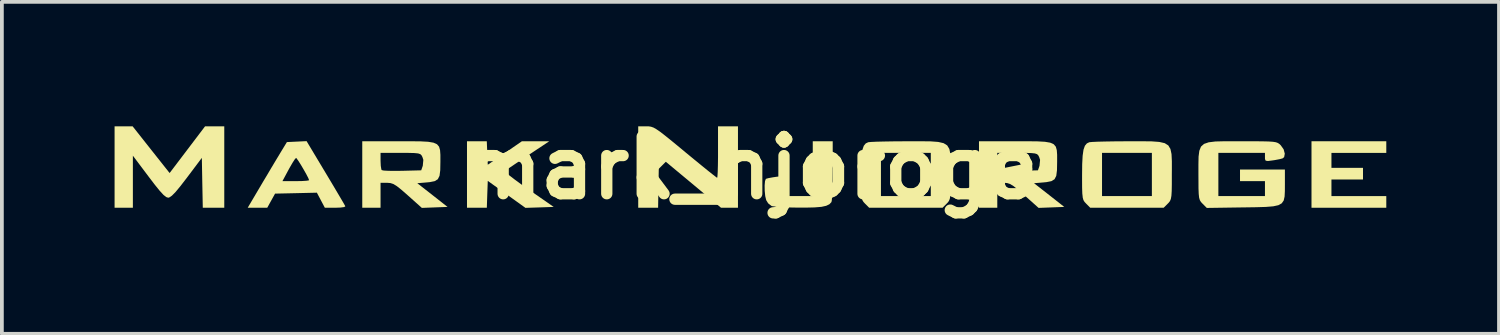
<source format=kicad_pcb>
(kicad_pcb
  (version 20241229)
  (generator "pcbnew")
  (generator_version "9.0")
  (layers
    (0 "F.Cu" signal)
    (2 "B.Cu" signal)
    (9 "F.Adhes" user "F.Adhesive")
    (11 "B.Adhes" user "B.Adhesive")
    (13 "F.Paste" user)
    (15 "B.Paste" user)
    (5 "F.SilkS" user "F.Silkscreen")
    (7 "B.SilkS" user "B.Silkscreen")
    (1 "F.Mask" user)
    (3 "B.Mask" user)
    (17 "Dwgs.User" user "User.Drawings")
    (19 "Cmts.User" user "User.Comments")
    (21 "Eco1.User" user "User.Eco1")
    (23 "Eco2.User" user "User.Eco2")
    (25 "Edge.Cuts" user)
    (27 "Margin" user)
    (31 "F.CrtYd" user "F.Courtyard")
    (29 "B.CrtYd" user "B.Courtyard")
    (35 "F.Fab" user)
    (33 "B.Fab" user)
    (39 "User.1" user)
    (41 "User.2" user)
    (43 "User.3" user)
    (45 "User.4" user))
  (footprint "mark_njoroge"
    (layer "F.Cu")
    (at 16.948 1.418)
    (property "Reference" "mark_njoroge" (at 0 0 0) (layer "F.SilkS") (effects (font (size 1.524 1.524) (thickness 0.3))))
    (attr board_only exclude_from_pos_files exclude_from_bom)
    (fp_poly (pts (xy 16.904 -0.398) (xy 15.444 -0.398) (xy 15.444 0) (xy 16.284 0) (xy 16.284 0.31) (xy 15.444 0.31) (xy 15.444 0.752) (xy 16.904 0.752) (xy 16.904 1.062) (xy 14.913 1.062) (xy 14.913 -0.708) (xy 16.904 -0.708)) (stroke (width 0) (type solid)) (fill yes) (layer "F.SilkS"))
    (fp_poly (pts (xy -15.976 -0.484) (xy -15.483 0.138) (xy -15.011 -0.484) (xy -14.539 -1.106) (xy -14.028 -1.106) (xy -14.028 1.062) (xy -14.6 1.062) (xy -14.613 0.398) (xy -14.625 -0.266) (xy -15.023 0.263) (xy -15.195 0.486) (xy -15.325 0.643) (xy -15.421 0.74) (xy -15.49 0.787) (xy -15.52 0.795) (xy -15.573 0.778) (xy -15.645 0.721) (xy -15.743 0.615) (xy -15.876 0.451) (xy -16.04 0.236) (xy -16.461 -0.324) (xy -16.461 1.062) (xy -16.948 1.062) (xy -16.948 -1.106) (xy -16.468 -1.106)) (stroke (width 0) (type solid)) (fill yes) (layer "F.SilkS"))
    (fp_poly (pts (xy -7.027 -0.395) (xy -7.014 -0.083) (xy -6.559 -0.395) (xy -6.105 -0.708) (xy -5.377 -0.708) (xy -5.952 -0.326) (xy -6.152 -0.193) (xy -6.326 -0.076) (xy -6.461 0.015) (xy -6.542 0.072) (xy -6.56 0.085) (xy -6.536 0.118) (xy -6.45 0.193) (xy -6.312 0.3) (xy -6.132 0.432) (xy -5.926 0.577) (xy -5.259 1.04) (xy -5.635 1.053) (xy -6.011 1.065) (xy -6.512 0.706) (xy -7.014 0.347) (xy -7.027 0.705) (xy -7.039 1.062) (xy -7.567 1.062) (xy -7.567 -0.708) (xy -7.04 -0.708)) (stroke (width 0) (type solid)) (fill yes) (layer "F.SilkS"))
    (fp_poly (pts (xy -2.73 -1.105) (xy -2.668 -1.095) (xy -2.602 -1.072) (xy -2.523 -1.027) (xy -2.419 -0.955) (xy -2.281 -0.848) (xy -2.099 -0.701) (xy -1.862 -0.506) (xy -1.759 -0.42) (xy -1.528 -0.23) (xy -1.32 -0.06) (xy -1.145 0.082) (xy -1.011 0.188) (xy -0.929 0.251) (xy -0.908 0.266) (xy -0.9 0.224) (xy -0.893 0.109) (xy -0.888 -0.065) (xy -0.885 -0.282) (xy -0.885 -0.42) (xy -0.885 -1.106) (xy -0.354 -1.106) (xy -0.354 1.062) (xy -0.805 1.062) (xy -1.63 0.374) (xy -2.456 -0.313) (xy -2.468 0.374) (xy -2.48 1.062) (xy -3.009 1.062) (xy -3.009 -1.106) (xy -2.798 -1.106)) (stroke (width 0) (type solid)) (fill yes) (layer "F.SilkS"))
    (fp_poly (pts (xy 2.168 0.077) (xy 2.166 0.334) (xy 2.161 0.562) (xy 2.153 0.744) (xy 2.144 0.866) (xy 2.134 0.912) (xy 2.08 0.969) (xy 1.995 1.01) (xy 1.868 1.038) (xy 1.686 1.053) (xy 1.435 1.059) (xy 1.275 1.059) (xy 1.039 1.055) (xy 0.828 1.047) (xy 0.662 1.035) (xy 0.558 1.021) (xy 0.541 1.016) (xy 0.45 0.945) (xy 0.398 0.861) (xy 0.372 0.753) (xy 0.358 0.612) (xy 0.356 0.469) (xy 0.366 0.352) (xy 0.389 0.293) (xy 0.39 0.293) (xy 0.451 0.275) (xy 0.569 0.253) (xy 0.655 0.24) (xy 0.885 0.21) (xy 0.885 0.752) (xy 1.637 0.752) (xy 1.637 -0.708) (xy 2.168 -0.708)) (stroke (width 0) (type solid)) (fill yes) (layer "F.SilkS"))
    (fp_poly (pts (xy -11.328 0.138) (xy -11.18 0.385) (xy -11.048 0.607) (xy -10.938 0.793) (xy -10.857 0.931) (xy -10.812 1.011) (xy -10.805 1.024) (xy -10.837 1.044) (xy -10.936 1.057) (xy -11.07 1.062) (xy -11.351 1.062) (xy -11.563 0.661) (xy -12.12 0.674) (xy -12.676 0.686) (xy -12.78 0.874) (xy -12.884 1.062) (xy -13.404 1.062) (xy -13.045 0.454) (xy -12.986 0.354) (xy -12.48 0.354) (xy -12.126 0.354) (xy -11.961 0.351) (xy -11.837 0.343) (xy -11.774 0.332) (xy -11.771 0.328) (xy -11.791 0.273) (xy -11.844 0.17) (xy -11.916 0.043) (xy -11.992 -0.086) (xy -12.061 -0.194) (xy -12.107 -0.257) (xy -12.117 -0.265) (xy -12.151 -0.228) (xy -12.213 -0.132) (xy -12.292 0.005) (xy -12.314 0.045) (xy -12.48 0.354) (xy -12.986 0.354) (xy -12.906 0.221) (xy -12.77 -0.009) (xy -12.647 -0.214) (xy -12.551 -0.373) (xy -12.523 -0.42) (xy -12.361 -0.686) (xy -11.837 -0.711)) (stroke (width 0) (type solid)) (fill yes) (layer "F.SilkS"))
    (fp_poly (pts (xy 4.773 -0.705) (xy 4.976 -0.69) (xy 5.12 -0.657) (xy 5.216 -0.597) (xy 5.273 -0.502) (xy 5.301 -0.366) (xy 5.31 -0.18) (xy 5.31 0.062) (xy 5.31 0.177) (xy 5.31 0.434) (xy 5.306 0.618) (xy 5.299 0.744) (xy 5.284 0.827) (xy 5.26 0.884) (xy 5.225 0.929) (xy 5.201 0.953) (xy 5.093 1.062) (xy 3.138 1.062) (xy 3.029 0.953) (xy 2.987 0.907) (xy 2.957 0.858) (xy 2.938 0.789) (xy 2.934 0.752) (xy 3.452 0.752) (xy 4.779 0.752) (xy 4.779 -0.398) (xy 3.452 -0.398) (xy 3.452 0.752) (xy 2.934 0.752) (xy 2.927 0.684) (xy 2.922 0.529) (xy 2.921 0.307) (xy 2.921 0.203) (xy 2.924 -0.098) (xy 2.936 -0.323) (xy 2.959 -0.483) (xy 2.996 -0.588) (xy 3.048 -0.651) (xy 3.114 -0.682) (xy 3.185 -0.689) (xy 3.33 -0.696) (xy 3.534 -0.701) (xy 3.783 -0.705) (xy 4.063 -0.707) (xy 4.151 -0.707) (xy 4.501 -0.708)) (stroke (width 0) (type solid)) (fill yes) (layer "F.SilkS"))
    (fp_poly (pts (xy 10.658 -0.705) (xy 10.861 -0.69) (xy 11.006 -0.657) (xy 11.101 -0.597) (xy 11.158 -0.502) (xy 11.187 -0.366) (xy 11.196 -0.18) (xy 11.196 0.062) (xy 11.195 0.177) (xy 11.195 0.434) (xy 11.192 0.618) (xy 11.184 0.744) (xy 11.169 0.827) (xy 11.146 0.884) (xy 11.111 0.929) (xy 11.087 0.953) (xy 10.978 1.062) (xy 9.023 1.062) (xy 8.915 0.953) (xy 8.872 0.907) (xy 8.842 0.858) (xy 8.823 0.789) (xy 8.82 0.752) (xy 9.337 0.752) (xy 10.664 0.752) (xy 10.664 -0.398) (xy 9.337 -0.398) (xy 9.337 0.752) (xy 8.82 0.752) (xy 8.812 0.684) (xy 8.807 0.529) (xy 8.806 0.307) (xy 8.806 0.203) (xy 8.809 -0.098) (xy 8.821 -0.323) (xy 8.844 -0.483) (xy 8.881 -0.588) (xy 8.934 -0.651) (xy 8.999 -0.682) (xy 9.071 -0.689) (xy 9.216 -0.696) (xy 9.42 -0.701) (xy 9.669 -0.705) (xy 9.948 -0.707) (xy 10.036 -0.707) (xy 10.386 -0.708)) (stroke (width 0) (type solid)) (fill yes) (layer "F.SilkS"))
    (fp_poly (pts (xy -8.799 -0.705) (xy -8.599 -0.694) (xy -8.458 -0.67) (xy -8.365 -0.628) (xy -8.31 -0.563) (xy -8.284 -0.471) (xy -8.275 -0.347) (xy -8.275 -0.185) (xy -8.275 -0.158) (xy -8.279 0.063) (xy -8.298 0.212) (xy -8.344 0.303) (xy -8.427 0.354) (xy -8.558 0.38) (xy -8.651 0.389) (xy -8.89 0.409) (xy -8.487 0.724) (xy -8.085 1.04) (xy -8.427 1.053) (xy -8.769 1.066) (xy -9.143 0.732) (xy -9.311 0.585) (xy -9.433 0.488) (xy -9.525 0.431) (xy -9.605 0.405) (xy -9.688 0.398) (xy -9.692 0.398) (xy -9.868 0.398) (xy -9.868 1.062) (xy -10.355 1.062) (xy -10.355 -0.184) (xy -9.868 -0.184) (xy -9.862 -0.053) (xy -9.847 0.039) (xy -9.837 0.06) (xy -9.783 0.072) (xy -9.659 0.079) (xy -9.485 0.081) (xy -9.296 0.079) (xy -8.786 0.066) (xy -8.744 -0.054) (xy -8.729 -0.212) (xy -8.753 -0.286) (xy -8.777 -0.333) (xy -8.81 -0.365) (xy -8.868 -0.384) (xy -8.967 -0.394) (xy -9.122 -0.398) (xy -9.336 -0.398) (xy -9.868 -0.398) (xy -9.868 -0.184) (xy -10.355 -0.184) (xy -10.355 -0.708) (xy -9.413 -0.708) (xy -9.067 -0.708)) (stroke (width 0) (type solid)) (fill yes) (layer "F.SilkS"))
    (fp_poly (pts (xy 7.618 -0.705) (xy 7.818 -0.694) (xy 7.959 -0.67) (xy 8.052 -0.628) (xy 8.107 -0.563) (xy 8.133 -0.471) (xy 8.142 -0.347) (xy 8.142 -0.185) (xy 8.142 -0.158) (xy 8.138 0.063) (xy 8.119 0.212) (xy 8.073 0.303) (xy 7.99 0.354) (xy 7.859 0.38) (xy 7.766 0.389) (xy 7.527 0.409) (xy 7.93 0.724) (xy 8.332 1.04) (xy 7.99 1.053) (xy 7.648 1.066) (xy 7.274 0.732) (xy 7.106 0.585) (xy 6.984 0.488) (xy 6.892 0.431) (xy 6.812 0.405) (xy 6.729 0.398) (xy 6.725 0.398) (xy 6.549 0.398) (xy 6.549 1.062) (xy 6.062 1.062) (xy 6.062 -0.184) (xy 6.549 -0.184) (xy 6.555 -0.053) (xy 6.57 0.039) (xy 6.58 0.06) (xy 6.634 0.072) (xy 6.758 0.079) (xy 6.932 0.081) (xy 7.121 0.079) (xy 7.631 0.066) (xy 7.673 -0.054) (xy 7.688 -0.212) (xy 7.664 -0.286) (xy 7.64 -0.333) (xy 7.607 -0.365) (xy 7.549 -0.384) (xy 7.45 -0.394) (xy 7.295 -0.398) (xy 7.081 -0.398) (xy 6.549 -0.398) (xy 6.549 -0.184) (xy 6.062 -0.184) (xy 6.062 -0.708) (xy 7.004 -0.708) (xy 7.35 -0.708)) (stroke (width 0) (type solid)) (fill yes) (layer "F.SilkS"))
    (fp_poly (pts (xy 12.92 -0.708) (xy 13.054 -0.708) (xy 13.364 -0.708) (xy 13.598 -0.706) (xy 13.768 -0.702) (xy 13.887 -0.694) (xy 13.967 -0.681) (xy 14.02 -0.661) (xy 14.06 -0.634) (xy 14.096 -0.599) (xy 14.172 -0.491) (xy 14.202 -0.377) (xy 14.185 -0.286) (xy 14.144 -0.252) (xy 14.065 -0.231) (xy 13.938 -0.207) (xy 13.878 -0.198) (xy 13.754 -0.182) (xy 13.694 -0.19) (xy 13.675 -0.233) (xy 13.674 -0.283) (xy 13.674 -0.398) (xy 12.434 -0.398) (xy 12.434 0.752) (xy 13.674 0.752) (xy 13.674 0.354) (xy 13.01 0.354) (xy 13.01 0.044) (xy 14.205 0.044) (xy 14.205 0.438) (xy 14.204 0.621) (xy 14.197 0.763) (xy 14.173 0.869) (xy 14.121 0.944) (xy 14.032 0.994) (xy 13.895 1.024) (xy 13.7 1.04) (xy 13.438 1.048) (xy 13.098 1.053) (xy 13.081 1.053) (xy 12.126 1.067) (xy 12.015 0.956) (xy 11.972 0.91) (xy 11.942 0.862) (xy 11.922 0.795) (xy 11.911 0.696) (xy 11.905 0.547) (xy 11.904 0.335) (xy 11.903 0.177) (xy 11.903 -0.091) (xy 11.907 -0.299) (xy 11.927 -0.454) (xy 11.971 -0.565) (xy 12.051 -0.637) (xy 12.176 -0.68) (xy 12.356 -0.702) (xy 12.6 -0.708)) (stroke (width 0) (type solid)) (fill yes) (layer "F.SilkS")))
  (gr_rect
    (start -3 -3)
    (end 36.852 5.836)
    (stroke (width 0.1) (type default))
    (fill no)
    (layer "Edge.Cuts")))
</source>
